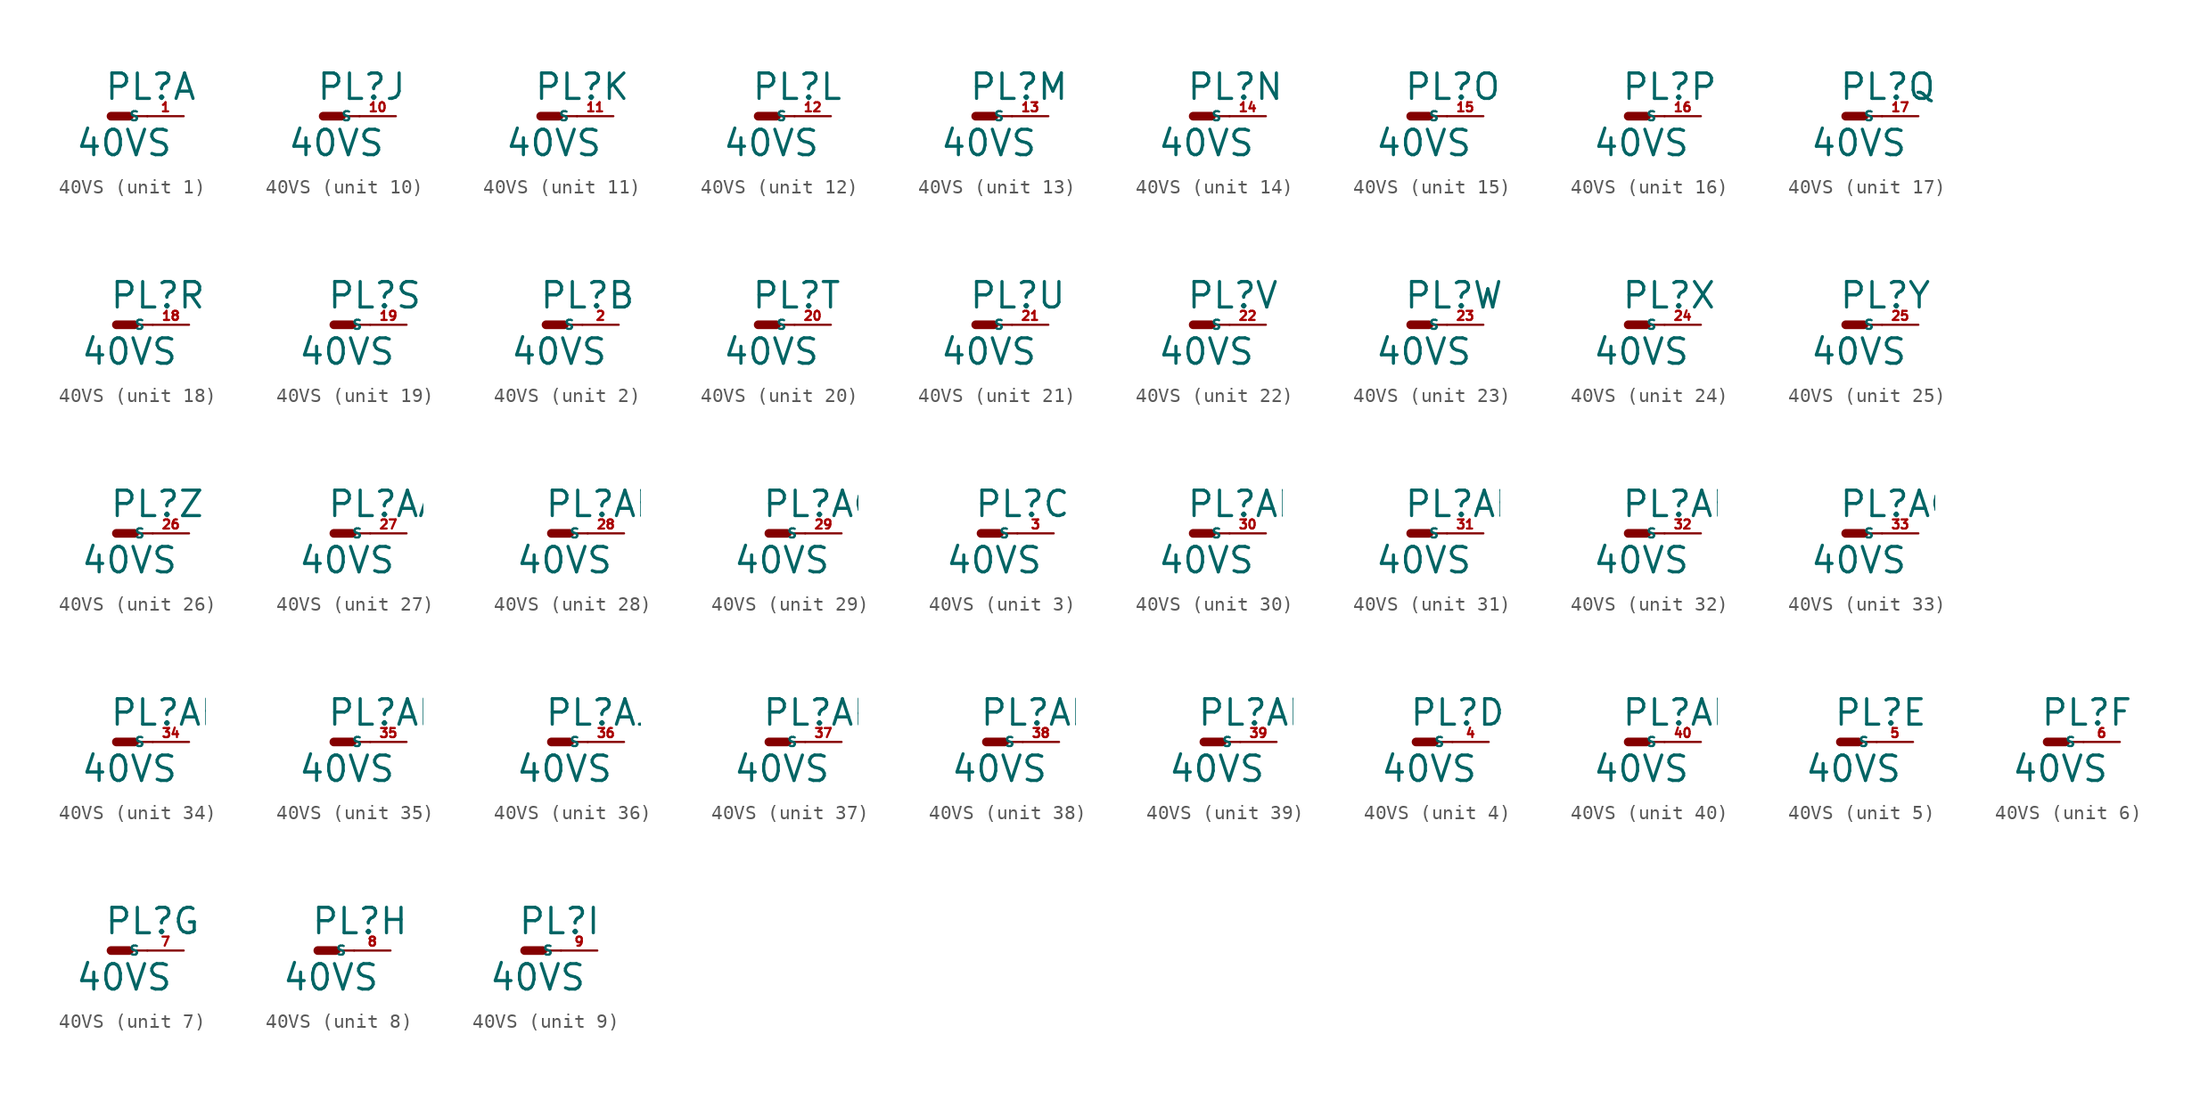
<source format=kicad_sym>
(kicad_symbol_lib
  (version 20220914)
  (generator Eagle2Kicad)
  (symbol "40VS"
    (property "Reference" "PL"
      (at -0.508 1.016 0)
      (effects (font (size 1.778 1.778) (thickness 0.22)) (justify left bottom)))
    (property "Value" "40VS"
      (at -2.54 -2.921 0)
      (effects (font (size 1.778 1.778) (thickness 0.22)) (justify left bottom)))
    (symbol "40VS_1_0"
      (polyline (pts (xy 0 0) (xy 1.27 0)) (stroke (width 0.61) (type default)) (fill (type none)))
      (polyline (pts (xy 2.54 0) (xy 1.27 0)) (stroke (width 0.152) (type default)) (fill (type none)))
      (pin passive line (at 5.08 0 180) (length 2.54) (name "S" (effects (font (size 0.635 0.635) (thickness 0.08)) (justify left bottom))) (number "1" (effects (font (size 0.635 0.635) (thickness 0.08)) (justify left bottom)))))
    (symbol "40VS_2_0"
      (polyline (pts (xy 0 0) (xy 1.27 0)) (stroke (width 0.61) (type default)) (fill (type none)))
      (polyline (pts (xy 2.54 0) (xy 1.27 0)) (stroke (width 0.152) (type default)) (fill (type none)))
      (pin passive line (at 5.08 0 180) (length 2.54) (name "S" (effects (font (size 0.635 0.635) (thickness 0.08)) (justify left bottom))) (number "2" (effects (font (size 0.635 0.635) (thickness 0.08)) (justify left bottom)))))
    (symbol "40VS_3_0"
      (polyline (pts (xy 0 0) (xy 1.27 0)) (stroke (width 0.61) (type default)) (fill (type none)))
      (polyline (pts (xy 2.54 0) (xy 1.27 0)) (stroke (width 0.152) (type default)) (fill (type none)))
      (pin passive line (at 5.08 0 180) (length 2.54) (name "S" (effects (font (size 0.635 0.635) (thickness 0.08)) (justify left bottom))) (number "3" (effects (font (size 0.635 0.635) (thickness 0.08)) (justify left bottom)))))
    (symbol "40VS_4_0"
      (polyline (pts (xy 0 0) (xy 1.27 0)) (stroke (width 0.61) (type default)) (fill (type none)))
      (polyline (pts (xy 2.54 0) (xy 1.27 0)) (stroke (width 0.152) (type default)) (fill (type none)))
      (pin passive line (at 5.08 0 180) (length 2.54) (name "S" (effects (font (size 0.635 0.635) (thickness 0.08)) (justify left bottom))) (number "4" (effects (font (size 0.635 0.635) (thickness 0.08)) (justify left bottom)))))
    (symbol "40VS_5_0"
      (polyline (pts (xy 0 0) (xy 1.27 0)) (stroke (width 0.61) (type default)) (fill (type none)))
      (polyline (pts (xy 2.54 0) (xy 1.27 0)) (stroke (width 0.152) (type default)) (fill (type none)))
      (pin passive line (at 5.08 0 180) (length 2.54) (name "S" (effects (font (size 0.635 0.635) (thickness 0.08)) (justify left bottom))) (number "5" (effects (font (size 0.635 0.635) (thickness 0.08)) (justify left bottom)))))
    (symbol "40VS_6_0"
      (polyline (pts (xy 0 0) (xy 1.27 0)) (stroke (width 0.61) (type default)) (fill (type none)))
      (polyline (pts (xy 2.54 0) (xy 1.27 0)) (stroke (width 0.152) (type default)) (fill (type none)))
      (pin passive line (at 5.08 0 180) (length 2.54) (name "S" (effects (font (size 0.635 0.635) (thickness 0.08)) (justify left bottom))) (number "6" (effects (font (size 0.635 0.635) (thickness 0.08)) (justify left bottom)))))
    (symbol "40VS_7_0"
      (polyline (pts (xy 0 0) (xy 1.27 0)) (stroke (width 0.61) (type default)) (fill (type none)))
      (polyline (pts (xy 2.54 0) (xy 1.27 0)) (stroke (width 0.152) (type default)) (fill (type none)))
      (pin passive line (at 5.08 0 180) (length 2.54) (name "S" (effects (font (size 0.635 0.635) (thickness 0.08)) (justify left bottom))) (number "7" (effects (font (size 0.635 0.635) (thickness 0.08)) (justify left bottom)))))
    (symbol "40VS_8_0"
      (polyline (pts (xy 0 0) (xy 1.27 0)) (stroke (width 0.61) (type default)) (fill (type none)))
      (polyline (pts (xy 2.54 0) (xy 1.27 0)) (stroke (width 0.152) (type default)) (fill (type none)))
      (pin passive line (at 5.08 0 180) (length 2.54) (name "S" (effects (font (size 0.635 0.635) (thickness 0.08)) (justify left bottom))) (number "8" (effects (font (size 0.635 0.635) (thickness 0.08)) (justify left bottom)))))
    (symbol "40VS_9_0"
      (polyline (pts (xy 0 0) (xy 1.27 0)) (stroke (width 0.61) (type default)) (fill (type none)))
      (polyline (pts (xy 2.54 0) (xy 1.27 0)) (stroke (width 0.152) (type default)) (fill (type none)))
      (pin passive line (at 5.08 0 180) (length 2.54) (name "S" (effects (font (size 0.635 0.635) (thickness 0.08)) (justify left bottom))) (number "9" (effects (font (size 0.635 0.635) (thickness 0.08)) (justify left bottom)))))
    (symbol "40VS_10_0"
      (polyline (pts (xy 0 0) (xy 1.27 0)) (stroke (width 0.61) (type default)) (fill (type none)))
      (polyline (pts (xy 2.54 0) (xy 1.27 0)) (stroke (width 0.152) (type default)) (fill (type none)))
      (pin passive line (at 5.08 0 180) (length 2.54) (name "S" (effects (font (size 0.635 0.635) (thickness 0.08)) (justify left bottom))) (number "10" (effects (font (size 0.635 0.635) (thickness 0.08)) (justify left bottom)))))
    (symbol "40VS_11_0"
      (polyline (pts (xy 0 0) (xy 1.27 0)) (stroke (width 0.61) (type default)) (fill (type none)))
      (polyline (pts (xy 2.54 0) (xy 1.27 0)) (stroke (width 0.152) (type default)) (fill (type none)))
      (pin passive line (at 5.08 0 180) (length 2.54) (name "S" (effects (font (size 0.635 0.635) (thickness 0.08)) (justify left bottom))) (number "11" (effects (font (size 0.635 0.635) (thickness 0.08)) (justify left bottom)))))
    (symbol "40VS_12_0"
      (polyline (pts (xy 0 0) (xy 1.27 0)) (stroke (width 0.61) (type default)) (fill (type none)))
      (polyline (pts (xy 2.54 0) (xy 1.27 0)) (stroke (width 0.152) (type default)) (fill (type none)))
      (pin passive line (at 5.08 0 180) (length 2.54) (name "S" (effects (font (size 0.635 0.635) (thickness 0.08)) (justify left bottom))) (number "12" (effects (font (size 0.635 0.635) (thickness 0.08)) (justify left bottom)))))
    (symbol "40VS_13_0"
      (polyline (pts (xy 0 0) (xy 1.27 0)) (stroke (width 0.61) (type default)) (fill (type none)))
      (polyline (pts (xy 2.54 0) (xy 1.27 0)) (stroke (width 0.152) (type default)) (fill (type none)))
      (pin passive line (at 5.08 0 180) (length 2.54) (name "S" (effects (font (size 0.635 0.635) (thickness 0.08)) (justify left bottom))) (number "13" (effects (font (size 0.635 0.635) (thickness 0.08)) (justify left bottom)))))
    (symbol "40VS_14_0"
      (polyline (pts (xy 0 0) (xy 1.27 0)) (stroke (width 0.61) (type default)) (fill (type none)))
      (polyline (pts (xy 2.54 0) (xy 1.27 0)) (stroke (width 0.152) (type default)) (fill (type none)))
      (pin passive line (at 5.08 0 180) (length 2.54) (name "S" (effects (font (size 0.635 0.635) (thickness 0.08)) (justify left bottom))) (number "14" (effects (font (size 0.635 0.635) (thickness 0.08)) (justify left bottom)))))
    (symbol "40VS_15_0"
      (polyline (pts (xy 0 0) (xy 1.27 0)) (stroke (width 0.61) (type default)) (fill (type none)))
      (polyline (pts (xy 2.54 0) (xy 1.27 0)) (stroke (width 0.152) (type default)) (fill (type none)))
      (pin passive line (at 5.08 0 180) (length 2.54) (name "S" (effects (font (size 0.635 0.635) (thickness 0.08)) (justify left bottom))) (number "15" (effects (font (size 0.635 0.635) (thickness 0.08)) (justify left bottom)))))
    (symbol "40VS_16_0"
      (polyline (pts (xy 0 0) (xy 1.27 0)) (stroke (width 0.61) (type default)) (fill (type none)))
      (polyline (pts (xy 2.54 0) (xy 1.27 0)) (stroke (width 0.152) (type default)) (fill (type none)))
      (pin passive line (at 5.08 0 180) (length 2.54) (name "S" (effects (font (size 0.635 0.635) (thickness 0.08)) (justify left bottom))) (number "16" (effects (font (size 0.635 0.635) (thickness 0.08)) (justify left bottom)))))
    (symbol "40VS_17_0"
      (polyline (pts (xy 0 0) (xy 1.27 0)) (stroke (width 0.61) (type default)) (fill (type none)))
      (polyline (pts (xy 2.54 0) (xy 1.27 0)) (stroke (width 0.152) (type default)) (fill (type none)))
      (pin passive line (at 5.08 0 180) (length 2.54) (name "S" (effects (font (size 0.635 0.635) (thickness 0.08)) (justify left bottom))) (number "17" (effects (font (size 0.635 0.635) (thickness 0.08)) (justify left bottom)))))
    (symbol "40VS_18_0"
      (polyline (pts (xy 0 0) (xy 1.27 0)) (stroke (width 0.61) (type default)) (fill (type none)))
      (polyline (pts (xy 2.54 0) (xy 1.27 0)) (stroke (width 0.152) (type default)) (fill (type none)))
      (pin passive line (at 5.08 0 180) (length 2.54) (name "S" (effects (font (size 0.635 0.635) (thickness 0.08)) (justify left bottom))) (number "18" (effects (font (size 0.635 0.635) (thickness 0.08)) (justify left bottom)))))
    (symbol "40VS_19_0"
      (polyline (pts (xy 0 0) (xy 1.27 0)) (stroke (width 0.61) (type default)) (fill (type none)))
      (polyline (pts (xy 2.54 0) (xy 1.27 0)) (stroke (width 0.152) (type default)) (fill (type none)))
      (pin passive line (at 5.08 0 180) (length 2.54) (name "S" (effects (font (size 0.635 0.635) (thickness 0.08)) (justify left bottom))) (number "19" (effects (font (size 0.635 0.635) (thickness 0.08)) (justify left bottom)))))
    (symbol "40VS_20_0"
      (polyline (pts (xy 0 0) (xy 1.27 0)) (stroke (width 0.61) (type default)) (fill (type none)))
      (polyline (pts (xy 2.54 0) (xy 1.27 0)) (stroke (width 0.152) (type default)) (fill (type none)))
      (pin passive line (at 5.08 0 180) (length 2.54) (name "S" (effects (font (size 0.635 0.635) (thickness 0.08)) (justify left bottom))) (number "20" (effects (font (size 0.635 0.635) (thickness 0.08)) (justify left bottom)))))
    (symbol "40VS_21_0"
      (polyline (pts (xy 0 0) (xy 1.27 0)) (stroke (width 0.61) (type default)) (fill (type none)))
      (polyline (pts (xy 2.54 0) (xy 1.27 0)) (stroke (width 0.152) (type default)) (fill (type none)))
      (pin passive line (at 5.08 0 180) (length 2.54) (name "S" (effects (font (size 0.635 0.635) (thickness 0.08)) (justify left bottom))) (number "21" (effects (font (size 0.635 0.635) (thickness 0.08)) (justify left bottom)))))
    (symbol "40VS_22_0"
      (polyline (pts (xy 0 0) (xy 1.27 0)) (stroke (width 0.61) (type default)) (fill (type none)))
      (polyline (pts (xy 2.54 0) (xy 1.27 0)) (stroke (width 0.152) (type default)) (fill (type none)))
      (pin passive line (at 5.08 0 180) (length 2.54) (name "S" (effects (font (size 0.635 0.635) (thickness 0.08)) (justify left bottom))) (number "22" (effects (font (size 0.635 0.635) (thickness 0.08)) (justify left bottom)))))
    (symbol "40VS_23_0"
      (polyline (pts (xy 0 0) (xy 1.27 0)) (stroke (width 0.61) (type default)) (fill (type none)))
      (polyline (pts (xy 2.54 0) (xy 1.27 0)) (stroke (width 0.152) (type default)) (fill (type none)))
      (pin passive line (at 5.08 0 180) (length 2.54) (name "S" (effects (font (size 0.635 0.635) (thickness 0.08)) (justify left bottom))) (number "23" (effects (font (size 0.635 0.635) (thickness 0.08)) (justify left bottom)))))
    (symbol "40VS_24_0"
      (polyline (pts (xy 0 0) (xy 1.27 0)) (stroke (width 0.61) (type default)) (fill (type none)))
      (polyline (pts (xy 2.54 0) (xy 1.27 0)) (stroke (width 0.152) (type default)) (fill (type none)))
      (pin passive line (at 5.08 0 180) (length 2.54) (name "S" (effects (font (size 0.635 0.635) (thickness 0.08)) (justify left bottom))) (number "24" (effects (font (size 0.635 0.635) (thickness 0.08)) (justify left bottom)))))
    (symbol "40VS_25_0"
      (polyline (pts (xy 0 0) (xy 1.27 0)) (stroke (width 0.61) (type default)) (fill (type none)))
      (polyline (pts (xy 2.54 0) (xy 1.27 0)) (stroke (width 0.152) (type default)) (fill (type none)))
      (pin passive line (at 5.08 0 180) (length 2.54) (name "S" (effects (font (size 0.635 0.635) (thickness 0.08)) (justify left bottom))) (number "25" (effects (font (size 0.635 0.635) (thickness 0.08)) (justify left bottom)))))
    (symbol "40VS_26_0"
      (polyline (pts (xy 0 0) (xy 1.27 0)) (stroke (width 0.61) (type default)) (fill (type none)))
      (polyline (pts (xy 2.54 0) (xy 1.27 0)) (stroke (width 0.152) (type default)) (fill (type none)))
      (pin passive line (at 5.08 0 180) (length 2.54) (name "S" (effects (font (size 0.635 0.635) (thickness 0.08)) (justify left bottom))) (number "26" (effects (font (size 0.635 0.635) (thickness 0.08)) (justify left bottom)))))
    (symbol "40VS_27_0"
      (polyline (pts (xy 0 0) (xy 1.27 0)) (stroke (width 0.61) (type default)) (fill (type none)))
      (polyline (pts (xy 2.54 0) (xy 1.27 0)) (stroke (width 0.152) (type default)) (fill (type none)))
      (pin passive line (at 5.08 0 180) (length 2.54) (name "S" (effects (font (size 0.635 0.635) (thickness 0.08)) (justify left bottom))) (number "27" (effects (font (size 0.635 0.635) (thickness 0.08)) (justify left bottom)))))
    (symbol "40VS_28_0"
      (polyline (pts (xy 0 0) (xy 1.27 0)) (stroke (width 0.61) (type default)) (fill (type none)))
      (polyline (pts (xy 2.54 0) (xy 1.27 0)) (stroke (width 0.152) (type default)) (fill (type none)))
      (pin passive line (at 5.08 0 180) (length 2.54) (name "S" (effects (font (size 0.635 0.635) (thickness 0.08)) (justify left bottom))) (number "28" (effects (font (size 0.635 0.635) (thickness 0.08)) (justify left bottom)))))
    (symbol "40VS_29_0"
      (polyline (pts (xy 0 0) (xy 1.27 0)) (stroke (width 0.61) (type default)) (fill (type none)))
      (polyline (pts (xy 2.54 0) (xy 1.27 0)) (stroke (width 0.152) (type default)) (fill (type none)))
      (pin passive line (at 5.08 0 180) (length 2.54) (name "S" (effects (font (size 0.635 0.635) (thickness 0.08)) (justify left bottom))) (number "29" (effects (font (size 0.635 0.635) (thickness 0.08)) (justify left bottom)))))
    (symbol "40VS_30_0"
      (polyline (pts (xy 0 0) (xy 1.27 0)) (stroke (width 0.61) (type default)) (fill (type none)))
      (polyline (pts (xy 2.54 0) (xy 1.27 0)) (stroke (width 0.152) (type default)) (fill (type none)))
      (pin passive line (at 5.08 0 180) (length 2.54) (name "S" (effects (font (size 0.635 0.635) (thickness 0.08)) (justify left bottom))) (number "30" (effects (font (size 0.635 0.635) (thickness 0.08)) (justify left bottom)))))
    (symbol "40VS_31_0"
      (polyline (pts (xy 0 0) (xy 1.27 0)) (stroke (width 0.61) (type default)) (fill (type none)))
      (polyline (pts (xy 2.54 0) (xy 1.27 0)) (stroke (width 0.152) (type default)) (fill (type none)))
      (pin passive line (at 5.08 0 180) (length 2.54) (name "S" (effects (font (size 0.635 0.635) (thickness 0.08)) (justify left bottom))) (number "31" (effects (font (size 0.635 0.635) (thickness 0.08)) (justify left bottom)))))
    (symbol "40VS_32_0"
      (polyline (pts (xy 0 0) (xy 1.27 0)) (stroke (width 0.61) (type default)) (fill (type none)))
      (polyline (pts (xy 2.54 0) (xy 1.27 0)) (stroke (width 0.152) (type default)) (fill (type none)))
      (pin passive line (at 5.08 0 180) (length 2.54) (name "S" (effects (font (size 0.635 0.635) (thickness 0.08)) (justify left bottom))) (number "32" (effects (font (size 0.635 0.635) (thickness 0.08)) (justify left bottom)))))
    (symbol "40VS_33_0"
      (polyline (pts (xy 0 0) (xy 1.27 0)) (stroke (width 0.61) (type default)) (fill (type none)))
      (polyline (pts (xy 2.54 0) (xy 1.27 0)) (stroke (width 0.152) (type default)) (fill (type none)))
      (pin passive line (at 5.08 0 180) (length 2.54) (name "S" (effects (font (size 0.635 0.635) (thickness 0.08)) (justify left bottom))) (number "33" (effects (font (size 0.635 0.635) (thickness 0.08)) (justify left bottom)))))
    (symbol "40VS_34_0"
      (polyline (pts (xy 0 0) (xy 1.27 0)) (stroke (width 0.61) (type default)) (fill (type none)))
      (polyline (pts (xy 2.54 0) (xy 1.27 0)) (stroke (width 0.152) (type default)) (fill (type none)))
      (pin passive line (at 5.08 0 180) (length 2.54) (name "S" (effects (font (size 0.635 0.635) (thickness 0.08)) (justify left bottom))) (number "34" (effects (font (size 0.635 0.635) (thickness 0.08)) (justify left bottom)))))
    (symbol "40VS_35_0"
      (polyline (pts (xy 0 0) (xy 1.27 0)) (stroke (width 0.61) (type default)) (fill (type none)))
      (polyline (pts (xy 2.54 0) (xy 1.27 0)) (stroke (width 0.152) (type default)) (fill (type none)))
      (pin passive line (at 5.08 0 180) (length 2.54) (name "S" (effects (font (size 0.635 0.635) (thickness 0.08)) (justify left bottom))) (number "35" (effects (font (size 0.635 0.635) (thickness 0.08)) (justify left bottom)))))
    (symbol "40VS_36_0"
      (polyline (pts (xy 0 0) (xy 1.27 0)) (stroke (width 0.61) (type default)) (fill (type none)))
      (polyline (pts (xy 2.54 0) (xy 1.27 0)) (stroke (width 0.152) (type default)) (fill (type none)))
      (pin passive line (at 5.08 0 180) (length 2.54) (name "S" (effects (font (size 0.635 0.635) (thickness 0.08)) (justify left bottom))) (number "36" (effects (font (size 0.635 0.635) (thickness 0.08)) (justify left bottom)))))
    (symbol "40VS_37_0"
      (polyline (pts (xy 0 0) (xy 1.27 0)) (stroke (width 0.61) (type default)) (fill (type none)))
      (polyline (pts (xy 2.54 0) (xy 1.27 0)) (stroke (width 0.152) (type default)) (fill (type none)))
      (pin passive line (at 5.08 0 180) (length 2.54) (name "S" (effects (font (size 0.635 0.635) (thickness 0.08)) (justify left bottom))) (number "37" (effects (font (size 0.635 0.635) (thickness 0.08)) (justify left bottom)))))
    (symbol "40VS_38_0"
      (polyline (pts (xy 0 0) (xy 1.27 0)) (stroke (width 0.61) (type default)) (fill (type none)))
      (polyline (pts (xy 2.54 0) (xy 1.27 0)) (stroke (width 0.152) (type default)) (fill (type none)))
      (pin passive line (at 5.08 0 180) (length 2.54) (name "S" (effects (font (size 0.635 0.635) (thickness 0.08)) (justify left bottom))) (number "38" (effects (font (size 0.635 0.635) (thickness 0.08)) (justify left bottom)))))
    (symbol "40VS_39_0"
      (polyline (pts (xy 0 0) (xy 1.27 0)) (stroke (width 0.61) (type default)) (fill (type none)))
      (polyline (pts (xy 2.54 0) (xy 1.27 0)) (stroke (width 0.152) (type default)) (fill (type none)))
      (pin passive line (at 5.08 0 180) (length 2.54) (name "S" (effects (font (size 0.635 0.635) (thickness 0.08)) (justify left bottom))) (number "39" (effects (font (size 0.635 0.635) (thickness 0.08)) (justify left bottom)))))
    (symbol "40VS_40_0"
      (polyline (pts (xy 0 0) (xy 1.27 0)) (stroke (width 0.61) (type default)) (fill (type none)))
      (polyline (pts (xy 2.54 0) (xy 1.27 0)) (stroke (width 0.152) (type default)) (fill (type none)))
      (pin passive line (at 5.08 0 180) (length 2.54) (name "S" (effects (font (size 0.635 0.635) (thickness 0.08)) (justify left bottom))) (number "40" (effects (font (size 0.635 0.635) (thickness 0.08)) (justify left bottom)))))))
</source>
